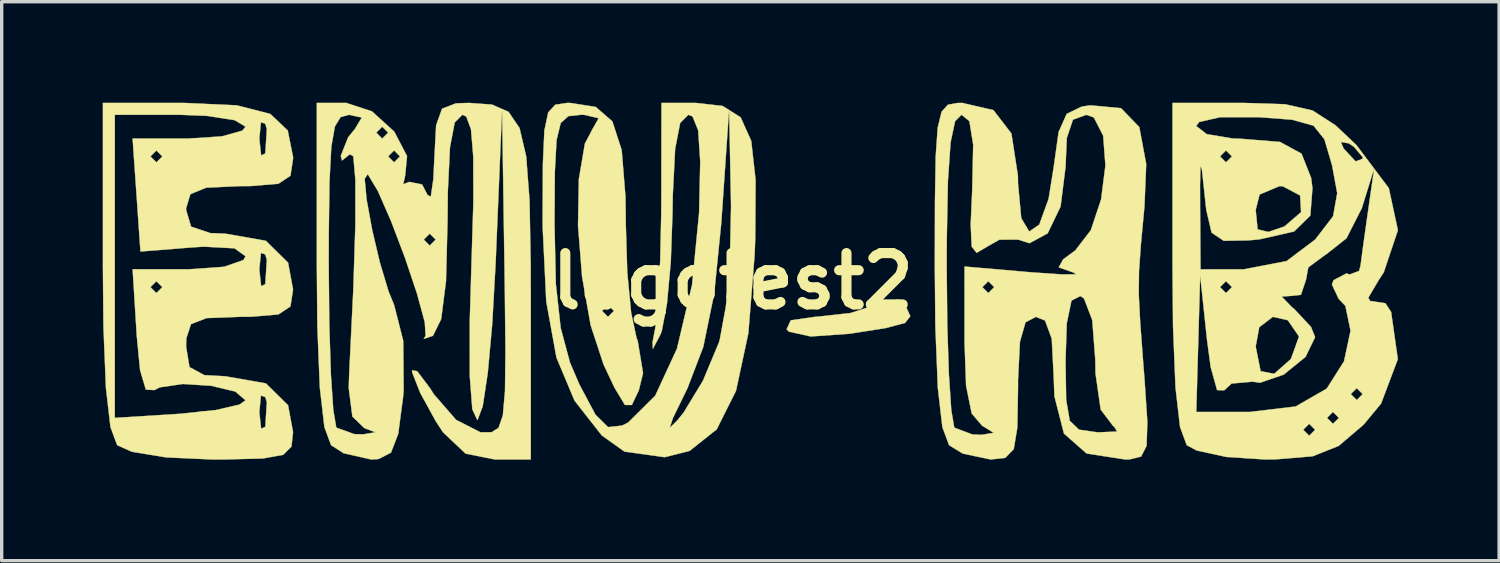
<source format=kicad_pcb>
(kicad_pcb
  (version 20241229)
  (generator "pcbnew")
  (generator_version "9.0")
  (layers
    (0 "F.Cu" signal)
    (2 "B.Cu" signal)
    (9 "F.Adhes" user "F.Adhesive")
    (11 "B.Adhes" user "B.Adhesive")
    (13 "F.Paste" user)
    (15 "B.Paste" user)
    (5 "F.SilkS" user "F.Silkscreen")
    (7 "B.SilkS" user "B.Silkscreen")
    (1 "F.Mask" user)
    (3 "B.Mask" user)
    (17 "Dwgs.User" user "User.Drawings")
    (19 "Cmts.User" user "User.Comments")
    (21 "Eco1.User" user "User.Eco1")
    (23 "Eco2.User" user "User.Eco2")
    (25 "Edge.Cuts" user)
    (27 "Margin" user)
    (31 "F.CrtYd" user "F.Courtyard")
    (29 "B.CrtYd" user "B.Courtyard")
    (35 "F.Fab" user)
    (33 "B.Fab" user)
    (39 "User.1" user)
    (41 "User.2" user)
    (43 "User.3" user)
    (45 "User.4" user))
  (footprint "logotest2"
    (layer "F.Cu")
    (at 18.702 5.297)
    (property "Reference" "logotest2" (at 0 0 0) (layer "F.SilkS") (effects (font (size 1.524 1.524) (thickness 0.3))))
    (attr through_hole)
    (fp_poly (pts (xy -6.848 -5.111) (xy -6.848 -5.111) (xy -6.848 -5.115) (xy -6.848 -5.111)) (stroke (width 0.01) (type solid)) (fill yes) (layer "F.SilkS"))
    (fp_poly (pts (xy 5.129 0.728) (xy 5.269 1.04) (xy 5.112 1.24) (xy 4.521 1.395) (xy 3.471 1.559) (xy 2.315 1.641) (xy 1.665 1.497) (xy 1.598 1.428) (xy 1.721 1.161) (xy 2.443 1.058) (xy 2.472 1.058) (xy 3.487 0.946) (xy 4.235 0.705) (xy 4.896 0.544) (xy 5.129 0.728)) (stroke (width 0.01) (type solid)) (fill yes) (layer "F.SilkS"))
    (fp_poly (pts (xy -6.657 -5.028) (xy -6.33 -4.547) (xy -6.132 -3.702) (xy -6.033 -2.392) (xy -5.999 -0.517) (xy -5.997 0.423) (xy -5.997 5.292) (xy -7.061 5.292) (xy -7.93 5.119) (xy -8.6 4.486) (xy -8.823 4.145) (xy -9.28 3.311) (xy -9.514 2.714) (xy -9.522 2.646) (xy -9.368 2.671) (xy -8.986 3.178) (xy -8.871 3.36) (xy -8.211 4.118) (xy -7.499 4.481) (xy -7.462 4.485) (xy -7.159 4.483) (xy -6.952 4.352) (xy -6.825 3.982) (xy -6.762 3.264) (xy -6.748 2.092) (xy -6.766 0.354) (xy -6.775 -0.287) (xy -6.848 -5.111) (xy -6.657 -5.028)) (stroke (width 0.01) (type solid)) (fill yes) (layer "F.SilkS"))
    (fp_poly (pts (xy -0.301 -5.202) (xy -0.111 -5.082) (xy -0.341 -1.733) (xy -0.552 0.369) (xy -0.875 1.948) (xy -1.347 3.182) (xy -1.359 3.205) (xy -1.777 4.062) (xy -1.872 4.353) (xy -1.65 4.136) (xy -1.46 3.901) (xy -0.886 2.956) (xy -0.414 1.826) (xy -0.388 1.743) (xy -0.205 0.748) (xy -0.085 -0.663) (xy -0.052 -2.198) (xy -0.054 -2.334) (xy -0.108 -5.08) (xy 0.234 -4.863) (xy 0.547 -4.167) (xy 0.677 -3.01) (xy 0.667 -1.283) (xy 0.649 -0.788) (xy 0.462 1.546) (xy 0.096 3.253) (xy -0.476 4.396) (xy -1.282 5.038) (xy -2.025 5.224) (xy -3.214 5.059) (xy -3.891 4.576) (xy -4.699 3.543) (xy -5.235 2.265) (xy -5.537 0.601) (xy -5.643 -1.593) (xy -5.644 -1.929) (xy -5.637 -3.485) (xy -5.593 -4.468) (xy -5.48 -5.009) (xy -5.267 -5.239) (xy -4.923 -5.291) (xy -4.833 -5.292) (xy -4.069 -5.173) (xy -3.574 -4.744) (xy -3.297 -3.89) (xy -3.185 -2.5) (xy -3.175 -1.67) (xy -3.132 -0.259) (xy -3.017 0.936) (xy -2.855 1.692) (xy -2.824 1.761) (xy -2.664 2.728) (xy -2.789 3.237) (xy -2.996 3.675) (xy -3.202 3.674) (xy -3.513 3.157) (xy -3.837 2.469) (xy -4.219 1.307) (xy -4.294 0.882) (xy -3.881 0.882) (xy -3.704 1.058) (xy -3.528 0.882) (xy -3.704 0.706) (xy -3.881 0.882) (xy -4.294 0.882) (xy -4.474 -0.134) (xy -4.594 -1.65) (xy -4.569 -3.034) (xy -4.39 -4.085) (xy -4.163 -4.516) (xy -3.981 -4.838) (xy -4.411 -4.938) (xy -4.516 -4.939) (xy -4.88 -4.9) (xy -5.108 -4.695) (xy -5.231 -4.189) (xy -5.282 -3.249) (xy -5.292 -1.74) (xy -5.292 -1.699) (xy -5.252 0.087) (xy -5.109 1.387) (xy -4.831 2.42) (xy -4.556 3.06) (xy -4.076 3.963) (xy -3.704 4.331) (xy -3.288 4.286) (xy -3.112 4.2) (xy -2.302 3.398) (xy -1.657 2.003) (xy -1.21 0.113) (xy -1 -2.028) (xy -0.966 -3.555) (xy -1.027 -4.478) (xy -1.195 -4.892) (xy -1.32 -4.939) (xy -1.561 -4.699) (xy -1.711 -3.928) (xy -1.781 -2.552) (xy -1.789 -2.028) (xy -1.84 -0.579) (xy -1.953 0.664) (xy -2.107 1.478) (xy -2.149 1.587) (xy -2.373 2.01) (xy -2.381 1.807) (xy -2.305 1.411) (xy -2.22 0.647) (xy -2.156 -0.586) (xy -2.123 -2.048) (xy -2.121 -2.381) (xy -2.117 -5.292) (xy -1.102 -5.292) (xy -0.301 -5.202)) (stroke (width 0.01) (type solid)) (fill yes) (layer "F.SilkS"))
    (fp_poly (pts (xy -10.71 -5.041) (xy -10.048 -4.439) (xy -9.669 -3.713) (xy -9.725 -3.136) (xy -9.782 -2.877) (xy -9.606 -2.948) (xy -9.222 -2.871) (xy -9.063 -2.562) (xy -8.965 -2.505) (xy -8.888 -3.033) (xy -8.86 -3.616) (xy -8.806 -4.628) (xy -8.63 -5.12) (xy -8.22 -5.279) (xy -7.832 -5.292) (xy -7.147 -5.242) (xy -6.848 -5.111) (xy -7.04 -0.529) (xy -7.141 1.273) (xy -7.273 2.724) (xy -7.422 3.709) (xy -7.574 4.113) (xy -7.585 4.117) (xy -7.732 3.802) (xy -7.807 2.819) (xy -7.808 1.201) (xy -7.761 -0.382) (xy -7.701 -2.344) (xy -7.703 -3.69) (xy -7.771 -4.509) (xy -7.911 -4.887) (xy -8.026 -4.94) (xy -8.254 -4.712) (xy -8.395 -3.977) (xy -8.459 -2.656) (xy -8.467 -1.785) (xy -8.513 0.002) (xy -8.656 1.125) (xy -8.899 1.618) (xy -8.908 1.623) (xy -9.174 1.714) (xy -9.119 1.62) (xy -9.143 1.216) (xy -9.372 0.374) (xy -9.731 -0.696) (xy -9.935 -1.235) (xy -9.172 -1.235) (xy -8.996 -1.058) (xy -8.819 -1.235) (xy -8.996 -1.411) (xy -9.172 -1.235) (xy -9.935 -1.235) (xy -10.144 -1.783) (xy -10.536 -2.679) (xy -10.833 -3.172) (xy -10.835 -3.175) (xy -10.927 -3.042) (xy -10.87 -2.428) (xy -10.707 -1.534) (xy -10.477 -0.559) (xy -10.22 0.297) (xy -10.053 0.706) (xy -9.782 1.771) (xy -9.77 3.254) (xy -9.787 3.44) (xy -9.931 4.531) (xy -10.145 5.088) (xy -10.515 5.279) (xy -10.734 5.292) (xy -11.551 5.107) (xy -11.924 4.868) (xy -12.123 4.33) (xy -12.258 3.161) (xy -12.332 1.335) (xy -12.347 -0.412) (xy -11.994 -0.412) (xy -11.977 1.309) (xy -11.93 2.767) (xy -11.859 3.822) (xy -11.772 4.331) (xy -11.759 4.351) (xy -11.236 4.539) (xy -10.966 4.545) (xy -10.607 4.485) (xy -10.938 4.36) (xy -11.292 4.017) (xy -11.4 3.17) (xy -11.386 2.725) (xy -11.264 0.237) (xy -11.203 -1.688) (xy -11.203 -3.016) (xy -11.264 -3.704) (xy -10.231 -3.704) (xy -10.054 -3.528) (xy -9.878 -3.704) (xy -10.054 -3.881) (xy -10.231 -3.704) (xy -11.264 -3.704) (xy -11.264 -3.708) (xy -11.366 -3.768) (xy -11.601 -3.582) (xy -11.636 -3.722) (xy -11.416 -4.274) (xy -11.305 -4.41) (xy -10.583 -4.41) (xy -10.407 -4.233) (xy -10.231 -4.41) (xy -10.407 -4.586) (xy -10.583 -4.41) (xy -11.305 -4.41) (xy -11.218 -4.516) (xy -11.012 -4.858) (xy -11.395 -4.939) (xy -11.643 -4.87) (xy -11.812 -4.591) (xy -11.917 -3.99) (xy -11.972 -2.957) (xy -11.993 -1.382) (xy -11.994 -0.412) (xy -12.347 -0.412) (xy -12.347 -0.423) (xy -12.347 -5.292) (xy -11.473 -5.292) (xy -10.71 -5.041)) (stroke (width 0.01) (type solid)) (fill yes) (layer "F.SilkS"))
    (fp_poly (pts (xy -14.723 -5.22) (xy -13.73 -4.966) (xy -13.211 -4.474) (xy -13.053 -3.687) (xy -13.053 -3.634) (xy -13.13 -3.131) (xy -13.488 -2.893) (xy -14.312 -2.824) (xy -14.64 -2.822) (xy -15.632 -2.776) (xy -16.101 -2.584) (xy -16.227 -2.167) (xy -16.228 -2.117) (xy -16.08 -1.619) (xy -15.511 -1.428) (xy -15.064 -1.411) (xy -13.859 -1.199) (xy -13.201 -0.551) (xy -13.053 0.247) (xy -13.13 0.749) (xy -13.488 0.987) (xy -14.312 1.056) (xy -14.64 1.058) (xy -15.62 1.095) (xy -16.084 1.275) (xy -16.222 1.702) (xy -16.228 1.94) (xy -16.128 2.549) (xy -15.687 2.789) (xy -15.064 2.822) (xy -13.859 3.034) (xy -13.201 3.683) (xy -13.053 4.48) (xy -13.1 4.91) (xy -13.346 5.153) (xy -13.946 5.262) (xy -15.055 5.291) (xy -15.452 5.292) (xy -16.822 5.23) (xy -17.838 5.063) (xy -18.274 4.868) (xy -18.473 4.33) (xy -18.505 4.057) (xy -18.345 4.057) (xy -16.405 3.936) (xy -15.879 3.881) (xy -14.055 3.881) (xy -14 4.381) (xy -13.877 4.322) (xy -13.831 3.599) (xy -13.877 3.44) (xy -14.006 3.395) (xy -14.055 3.881) (xy -15.879 3.881) (xy -15.342 3.824) (xy -14.637 3.661) (xy -14.464 3.535) (xy -14.767 3.276) (xy -15.486 3.104) (xy -16.33 3.051) (xy -17.012 3.151) (xy -17.164 3.232) (xy -17.422 3.22) (xy -17.594 2.643) (xy -17.694 1.602) (xy -17.782 0.176) (xy -17.286 0.176) (xy -17.11 0.353) (xy -16.933 0.176) (xy -17.11 0) (xy -17.286 0.176) (xy -17.782 0.176) (xy -17.815 -0.353) (xy -14.055 -0.353) (xy -14 0.148) (xy -13.877 0.088) (xy -13.831 -0.634) (xy -13.877 -0.794) (xy -14.006 -0.838) (xy -14.055 -0.353) (xy -17.815 -0.353) (xy -17.815 -0.354) (xy -16.14 -0.353) (xy -15.101 -0.428) (xy -14.527 -0.627) (xy -14.464 -0.741) (xy -14.79 -0.976) (xy -15.7 -1.025) (xy -16.023 -1.005) (xy -17.583 -0.881) (xy -17.699 -2.558) (xy -17.779 -3.704) (xy -17.286 -3.704) (xy -17.11 -3.528) (xy -16.933 -3.704) (xy -17.11 -3.881) (xy -17.286 -3.704) (xy -17.779 -3.704) (xy -17.815 -4.233) (xy -14.055 -4.233) (xy -14 -3.733) (xy -13.877 -3.792) (xy -13.831 -4.515) (xy -13.877 -4.674) (xy -14.006 -4.719) (xy -14.055 -4.233) (xy -17.815 -4.233) (xy -17.815 -4.234) (xy -16.14 -4.234) (xy -15.163 -4.3) (xy -14.559 -4.469) (xy -14.464 -4.586) (xy -14.783 -4.779) (xy -15.606 -4.907) (xy -16.404 -4.939) (xy -18.344 -4.939) (xy -18.345 -0.441) (xy -18.345 4.057) (xy -18.505 4.057) (xy -18.608 3.161) (xy -18.682 1.335) (xy -18.697 -0.423) (xy -18.697 -5.292) (xy -16.298 -5.292) (xy -14.723 -5.22)) (stroke (width 0.01) (type solid)) (fill yes) (layer "F.SilkS"))
    (fp_poly (pts (xy 7.737 -5.078) (xy 8.271 -4.384) (xy 8.464 -3.131) (xy 8.467 -2.899) (xy 8.563 -1.87) (xy 8.8 -1.475) (xy 9.097 -1.679) (xy 9.375 -2.445) (xy 9.525 -3.379) (xy 9.672 -4.429) (xy 9.912 -4.966) (xy 10.357 -5.182) (xy 10.614 -5.221) (xy 11.526 -5.135) (xy 12.067 -4.574) (xy 12.272 -3.478) (xy 12.22 -2.217) (xy 12.114 -1.086) (xy 12.058 -0.296) (xy 12.051 0.399) (xy 12.095 1.243) (xy 12.188 2.481) (xy 12.222 2.91) (xy 12.306 4.171) (xy 12.284 4.885) (xy 12.121 5.206) (xy 11.778 5.29) (xy 11.649 5.292) (xy 10.503 5.115) (xy 9.83 4.522) (xy 9.547 3.414) (xy 9.525 2.81) (xy 9.502 2.363) (xy 9.878 2.363) (xy 9.896 3.52) (xy 10.003 4.144) (xy 10.279 4.408) (xy 10.8 4.483) (xy 10.848 4.486) (xy 11.407 4.463) (xy 11.318 4.312) (xy 11.289 4.298) (xy 10.921 3.811) (xy 10.767 2.739) (xy 10.76 2.322) (xy 10.671 1.155) (xy 10.426 0.514) (xy 10.319 0.441) (xy 10.054 0.574) (xy 9.914 1.251) (xy 9.878 2.363) (xy 9.502 2.363) (xy 9.468 1.705) (xy 9.269 1.168) (xy 8.996 1.058) (xy 8.689 1.221) (xy 8.524 1.797) (xy 8.468 2.92) (xy 8.467 3.175) (xy 8.446 4.35) (xy 8.34 4.985) (xy 8.087 5.244) (xy 7.655 5.292) (xy 6.826 5.117) (xy 6.421 4.868) (xy 6.221 4.33) (xy 6.086 3.161) (xy 6.013 1.335) (xy 5.997 -0.412) (xy 6.35 -0.412) (xy 6.367 1.309) (xy 6.415 2.767) (xy 6.485 3.822) (xy 6.572 4.331) (xy 6.585 4.351) (xy 7.11 4.548) (xy 7.379 4.561) (xy 7.745 4.501) (xy 7.437 4.31) (xy 7.408 4.297) (xy 7.092 3.928) (xy 6.925 3.101) (xy 6.879 1.811) (xy 6.879 0.176) (xy 7.408 0.176) (xy 7.585 0.353) (xy 7.761 0.176) (xy 7.585 0) (xy 7.408 0.176) (xy 6.879 0.176) (xy 6.879 -0.435) (xy 8.819 -0.267) (xy 9.748 -0.202) (xy 10.193 -0.204) (xy 10.11 -0.258) (xy 9.675 -0.411) (xy 9.807 -0.649) (xy 10.164 -0.91) (xy 10.628 -1.514) (xy 10.933 -2.427) (xy 11.061 -3.435) (xy 10.995 -4.319) (xy 10.717 -4.862) (xy 10.495 -4.939) (xy 10.098 -4.795) (xy 9.915 -4.252) (xy 9.878 -3.395) (xy 9.731 -2.218) (xy 9.347 -1.42) (xy 8.807 -1.128) (xy 8.467 -1.235) (xy 7.915 -1.233) (xy 7.534 -1.016) (xy 7.239 -0.842) (xy 7.092 -1.026) (xy 7.062 -1.687) (xy 7.109 -2.751) (xy 7.136 -4.054) (xy 7.023 -4.752) (xy 6.791 -4.94) (xy 6.598 -4.747) (xy 6.465 -4.117) (xy 6.386 -2.971) (xy 6.352 -1.228) (xy 6.35 -0.412) (xy 5.997 -0.412) (xy 5.997 -0.423) (xy 6.001 -2.359) (xy 6.023 -3.698) (xy 6.082 -4.551) (xy 6.197 -5.028) (xy 6.385 -5.238) (xy 6.665 -5.29) (xy 6.809 -5.292) (xy 7.737 -5.078)) (stroke (width 0.01) (type solid)) (fill yes) (layer "F.SilkS"))
    (fp_poly (pts (xy 16.393 -5.253) (xy 17.209 -5.068) (xy 17.89 -4.629) (xy 18.509 -4.045) (xy 19.037 -3.343) (xy 18.672 -2.167) (xy 18.217 -1.273) (xy 17.623 -0.804) (xy 17.613 -0.801) (xy 17.084 -0.411) (xy 17.016 -0.046) (xy 16.865 0.405) (xy 16.581 0.436) (xy 16.294 0.455) (xy 16.589 0.764) (xy 16.669 0.828) (xy 17.163 1.356) (xy 17.286 1.66) (xy 17.001 2.248) (xy 16.353 2.773) (xy 15.653 3.014) (xy 15.433 2.983) (xy 14.805 3.038) (xy 14.588 3.239) (xy 14.376 3.232) (xy 14.186 2.549) (xy 14.104 1.94) (xy 15.522 1.94) (xy 15.668 2.671) (xy 16.072 2.749) (xy 16.568 2.309) (xy 16.808 1.641) (xy 16.475 1.158) (xy 16.031 1.058) (xy 15.627 1.366) (xy 15.522 1.94) (xy 14.104 1.94) (xy 14.08 1.764) (xy 13.911 0.176) (xy 14.464 0.176) (xy 14.64 0.353) (xy 14.817 0.176) (xy 14.64 0) (xy 14.464 0.176) (xy 13.911 0.176) (xy 13.873 -0.176) (xy 13.816 1.852) (xy 13.758 3.881) (xy 15.346 3.881) (xy 16.708 3.719) (xy 17.348 3.351) (xy 18.344 3.351) (xy 18.521 3.528) (xy 18.697 3.351) (xy 18.521 3.175) (xy 18.344 3.351) (xy 17.348 3.351) (xy 17.616 3.198) (xy 17.639 3.175) (xy 18.144 2.378) (xy 18.338 1.47) (xy 18.184 0.731) (xy 17.986 0.526) (xy 17.785 0.099) (xy 17.834 -0.03) (xy 18.219 -0.232) (xy 18.31 -0.198) (xy 18.591 -0.305) (xy 18.633 -0.456) (xy 18.716 -1.077) (xy 18.849 -2.02) (xy 18.863 -2.117) (xy 19.038 -3.341) (xy 19.474 -2.762) (xy 19.743 -1.514) (xy 19.324 -0.263) (xy 19.165 -0.02) (xy 18.863 0.495) (xy 18.932 0.601) (xy 18.952 0.59) (xy 19.372 0.655) (xy 19.542 0.913) (xy 19.741 2.315) (xy 19.245 3.631) (xy 18.724 4.26) (xy 17.985 4.889) (xy 17.214 5.197) (xy 16.11 5.289) (xy 15.796 5.292) (xy 14.65 5.217) (xy 13.771 5.026) (xy 13.476 4.868) (xy 13.306 4.41) (xy 16.933 4.41) (xy 17.11 4.586) (xy 17.286 4.41) (xy 17.11 4.233) (xy 16.933 4.41) (xy 13.306 4.41) (xy 13.277 4.33) (xy 13.245 4.057) (xy 17.639 4.057) (xy 17.815 4.233) (xy 17.992 4.057) (xy 17.815 3.881) (xy 17.639 4.057) (xy 13.245 4.057) (xy 13.142 3.161) (xy 13.068 1.335) (xy 13.053 -0.423) (xy 13.053 -3.704) (xy 14.464 -3.704) (xy 14.64 -3.528) (xy 14.817 -3.704) (xy 14.64 -3.881) (xy 14.464 -3.704) (xy 13.053 -3.704) (xy 13.053 -4.605) (xy 13.758 -4.605) (xy 14.07 -4.365) (xy 14.843 -4.235) (xy 15.081 -4.228) (xy 16.243 -4.134) (xy 16.882 -3.787) (xy 17.166 -3.071) (xy 17.207 -2.761) (xy 17.144 -1.948) (xy 16.663 -1.476) (xy 15.639 -1.243) (xy 15.312 -1.212) (xy 14.574 -1.199) (xy 14.213 -1.441) (xy 14.055 -2.117) (xy 15.522 -2.117) (xy 15.579 -1.538) (xy 15.901 -1.462) (xy 16.375 -1.625) (xy 16.869 -2.05) (xy 16.841 -2.544) (xy 16.326 -2.818) (xy 16.228 -2.822) (xy 15.638 -2.573) (xy 15.522 -2.117) (xy 14.055 -2.117) (xy 14.054 -2.123) (xy 14.004 -2.588) (xy 13.924 -3.321) (xy 13.883 -3.418) (xy 13.87 -2.852) (xy 13.872 -2.205) (xy 13.884 -0.353) (xy 15.171 -0.353) (xy 16.438 -0.597) (xy 17.287 -1.235) (xy 17.82 -1.928) (xy 17.942 -2.614) (xy 17.789 -3.44) (xy 17.586 -4.132) (xy 18.049 -4.132) (xy 18.134 -3.935) (xy 18.49 -3.556) (xy 18.694 -3.634) (xy 18.697 -3.683) (xy 18.447 -3.982) (xy 18.29 -4.091) (xy 18.049 -4.132) (xy 17.586 -4.132) (xy 17.563 -4.212) (xy 17.238 -4.617) (xy 16.605 -4.793) (xy 15.61 -4.869) (xy 14.47 -4.869) (xy 13.842 -4.725) (xy 13.758 -4.605) (xy 13.053 -4.605) (xy 13.053 -5.292) (xy 15.158 -5.292) (xy 16.393 -5.253)) (stroke (width 0.01) (type solid)) (fill yes) (layer "F.SilkS")))
  (gr_rect
    (start -3 -3)
    (end 41.45 13.593)
    (stroke (width 0.1) (type default))
    (fill no)
    (layer "Edge.Cuts")))
</source>
